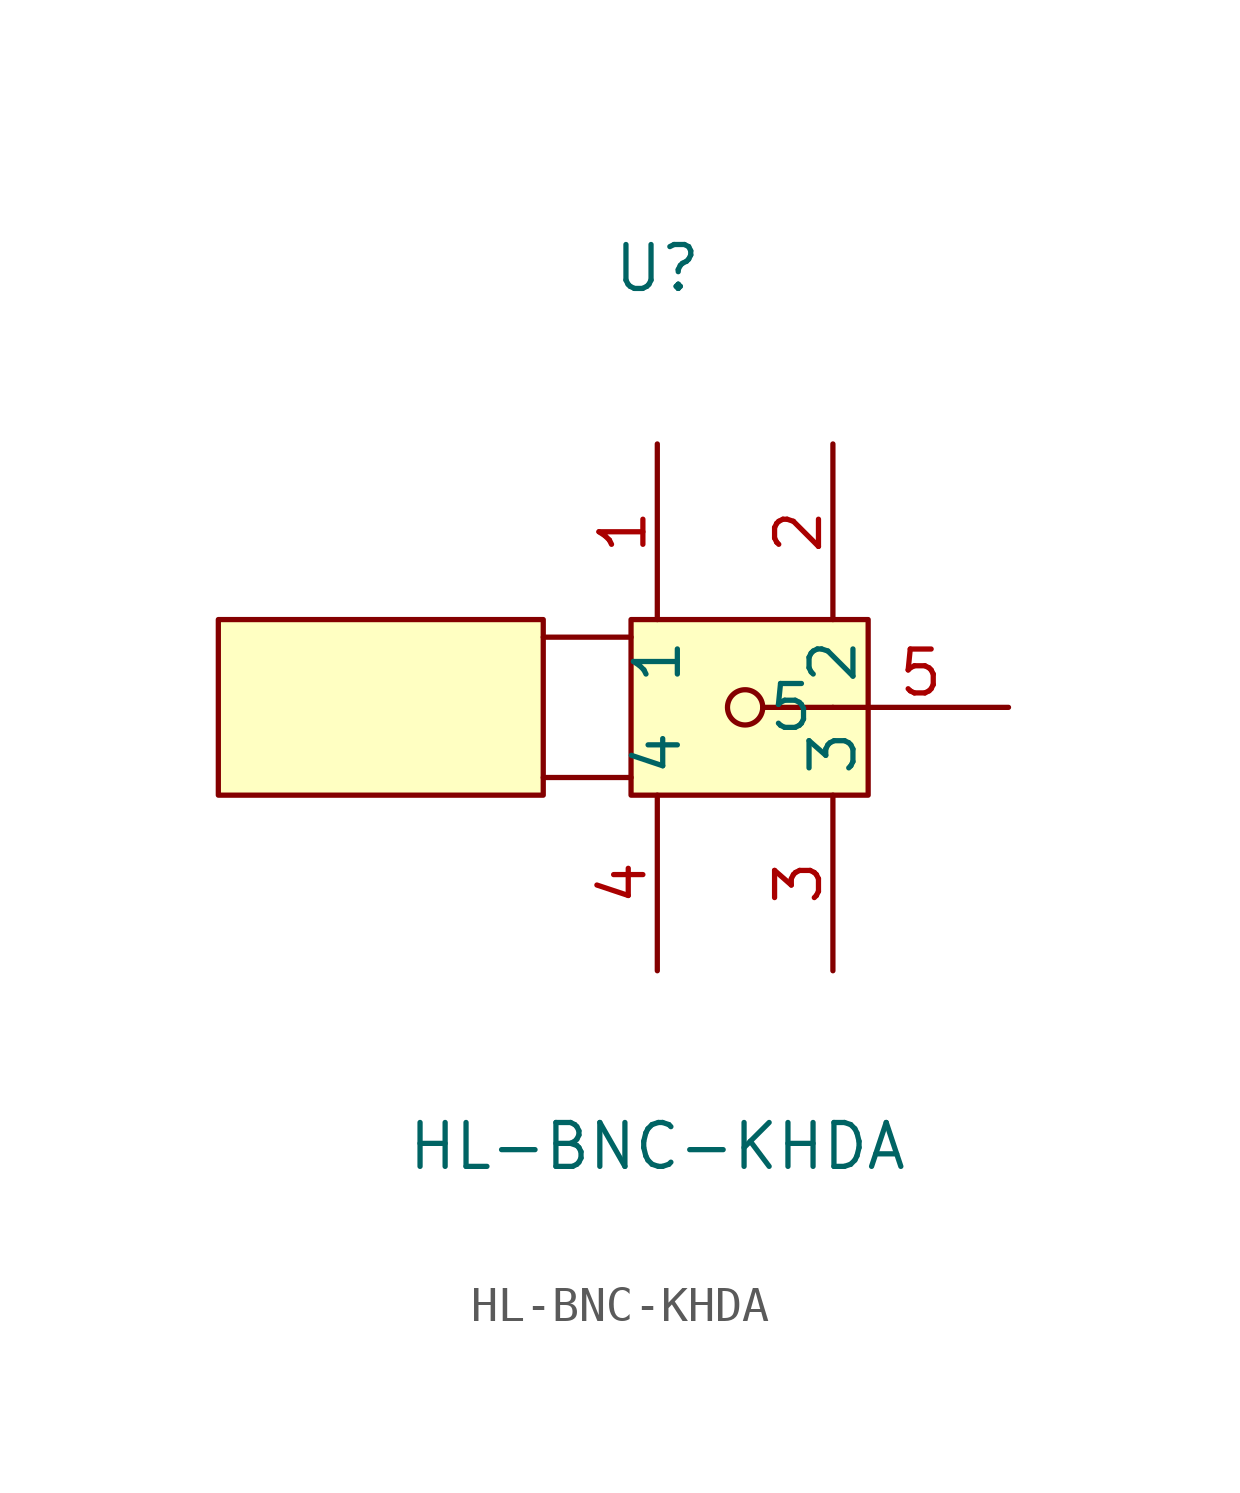
<source format=kicad_sym>
(kicad_symbol_lib
  (version 20211014)
  (generator https://github.com/uPesy/easyeda2kicad.py)
  (symbol "HL-BNC-KHDA"
    (property "Reference" "U"
      (at 0 12.70 0)
      (effects (font (size 1.27 1.27))))
    (property "Value" "HL-BNC-KHDA"
      (at 0 -12.70 0)
      (effects (font (size 1.27 1.27))))
    (symbol "HL-BNC-KHDA_0_1"
      (rectangle (start -12.70 2.54) (end -3.30 -2.54) (stroke (width 0) (type default) (color 0 0 0 0)) (fill (type background)))
      (rectangle (start -0.76 2.54) (end 6.10 -2.54) (stroke (width 0) (type default) (color 0 0 0 0)) (fill (type background)))
      (circle (center 2.54 -0.00) (radius 0.51) (stroke (width 0) (type default) (color 0 0 0 0)) (fill (type none)))
      (polyline (pts (xy -3.30 2.03) (xy -0.76 2.03)) (stroke (width 0) (type default) (color 0 0 0 0)) (fill (type none)))
      (polyline (pts (xy -3.30 -2.03) (xy -0.76 -2.03)) (stroke (width 0) (type default) (color 0 0 0 0)) (fill (type none)))
      (polyline (pts (xy 3.05 -0.00) (xy 5.08 -0.00)) (stroke (width 0) (type default) (color 0 0 0 0)) (fill (type none)))
      (pin unspecified line (at 0.00 7.62 270) (length 5.08) (name "1" (effects (font (size 1.27 1.27)))) (number "1" (effects (font (size 1.27 1.27)))))
      (pin unspecified line (at 5.08 7.62 270) (length 5.08) (name "2" (effects (font (size 1.27 1.27)))) (number "2" (effects (font (size 1.27 1.27)))))
      (pin unspecified line (at 5.08 -7.62 90) (length 5.08) (name "3" (effects (font (size 1.27 1.27)))) (number "3" (effects (font (size 1.27 1.27)))))
      (pin unspecified line (at 0.00 -7.62 90) (length 5.08) (name "4" (effects (font (size 1.27 1.27)))) (number "4" (effects (font (size 1.27 1.27)))))
      (pin unspecified line (at 10.16 -0.00 180) (length 5.08) (name "5" (effects (font (size 1.27 1.27)))) (number "5" (effects (font (size 1.27 1.27))))))))
</source>
